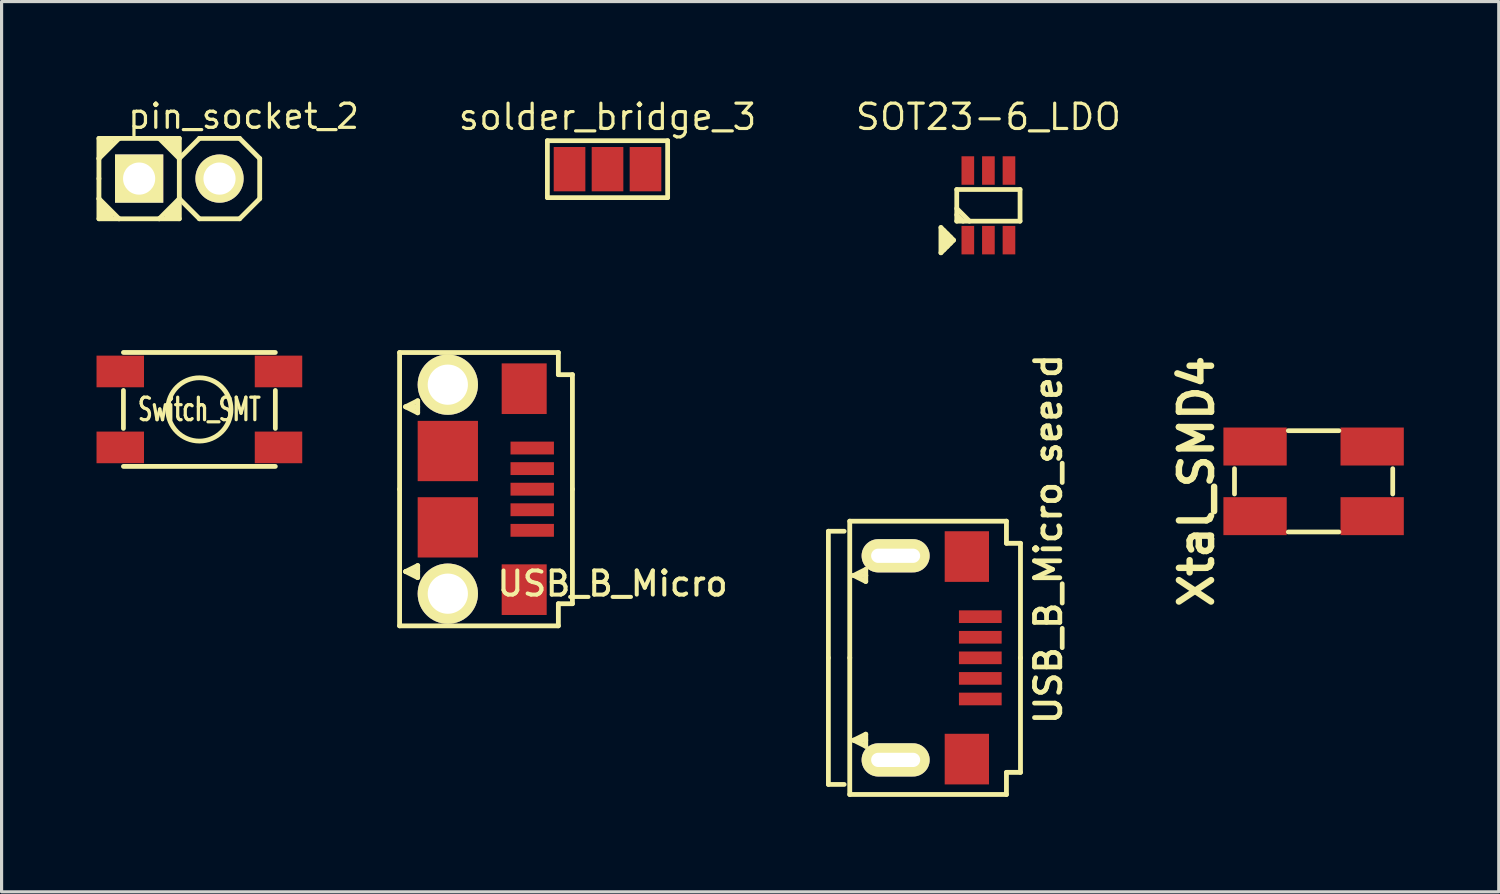
<source format=kicad_pcb>
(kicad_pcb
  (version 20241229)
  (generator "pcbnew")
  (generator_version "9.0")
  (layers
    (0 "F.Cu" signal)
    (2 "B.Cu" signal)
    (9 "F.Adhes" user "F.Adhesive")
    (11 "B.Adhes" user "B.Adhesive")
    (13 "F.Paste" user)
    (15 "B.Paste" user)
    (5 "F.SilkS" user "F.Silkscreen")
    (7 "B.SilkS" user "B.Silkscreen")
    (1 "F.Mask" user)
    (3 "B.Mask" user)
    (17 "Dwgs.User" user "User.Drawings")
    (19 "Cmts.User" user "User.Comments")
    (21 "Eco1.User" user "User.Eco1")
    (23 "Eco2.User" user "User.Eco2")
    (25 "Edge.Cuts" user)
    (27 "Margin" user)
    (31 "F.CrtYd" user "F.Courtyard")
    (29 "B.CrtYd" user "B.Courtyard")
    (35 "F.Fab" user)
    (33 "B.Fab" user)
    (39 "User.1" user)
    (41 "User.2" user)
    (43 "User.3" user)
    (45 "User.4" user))
  (footprint "USB_B_Micro_seeed"
    (layer "F.Cu")
    (at 27.925 17.736)
    (property "Reference" "USB_B_Micro_seeed" (at 2.15 -3.75 90) (layer "F.SilkS") (effects (font (size 0.8 0.8) (thickness 0.15))))
    (attr smd)
    (fp_line (start -4.8 -4) (end -4.3 -4) (stroke (width 0.15) (type solid)) (layer "F.SilkS"))
    (fp_line (start -4.8 0) (end -4.8 -4) (stroke (width 0.15) (type solid)) (layer "F.SilkS"))
    (fp_line (start -4.8 0) (end -4.8 4) (stroke (width 0.15) (type solid)) (layer "F.SilkS"))
    (fp_line (start -4.8 4) (end -4.3 4) (stroke (width 0.15) (type solid)) (layer "F.SilkS"))
    (fp_line (start -4.125 -4.318) (end -4.125 0) (stroke (width 0.152) (type solid)) (layer "F.SilkS"))
    (fp_line (start -4.125 0) (end -4.125 4.318) (stroke (width 0.152) (type solid)) (layer "F.SilkS"))
    (fp_line (start -4.125 4.318) (end 0.826 4.318) (stroke (width 0.152) (type solid)) (layer "F.SilkS"))
    (fp_line (start -4 -2.603) (end -3.619 -2.413) (stroke (width 0.152) (type solid)) (layer "F.SilkS"))
    (fp_line (start -4 2.603) (end -3.619 2.413) (stroke (width 0.152) (type solid)) (layer "F.SilkS"))
    (fp_line (start -3.619 -2.794) (end -4 -2.603) (stroke (width 0.152) (type solid)) (layer "F.SilkS"))
    (fp_line (start -3.619 -2.603) (end -4 -2.603) (stroke (width 0.152) (type solid)) (layer "F.SilkS"))
    (fp_line (start -3.619 -2.603) (end -3.619 -2.794) (stroke (width 0.152) (type solid)) (layer "F.SilkS"))
    (fp_line (start -3.619 -2.413) (end -3.619 -2.603) (stroke (width 0.152) (type solid)) (layer "F.SilkS"))
    (fp_line (start -3.619 2.413) (end -3.619 2.794) (stroke (width 0.152) (type solid)) (layer "F.SilkS"))
    (fp_line (start -3.619 2.603) (end -4 2.603) (stroke (width 0.152) (type solid)) (layer "F.SilkS"))
    (fp_line (start -3.619 2.794) (end -4 2.603) (stroke (width 0.152) (type solid)) (layer "F.SilkS"))
    (fp_line (start 0.826 -4.318) (end -4.125 -4.318) (stroke (width 0.152) (type solid)) (layer "F.SilkS"))
    (fp_line (start 0.826 -3.619) (end 0.826 -4.318) (stroke (width 0.152) (type solid)) (layer "F.SilkS"))
    (fp_line (start 0.826 4.318) (end 0.826 3.619) (stroke (width 0.152) (type solid)) (layer "F.SilkS"))
    (fp_line (start 1.27 -3.619) (end 0.826 -3.619) (stroke (width 0.152) (type solid)) (layer "F.SilkS"))
    (fp_line (start 1.27 0) (end 1.27 -3.619) (stroke (width 0.152) (type solid)) (layer "F.SilkS"))
    (fp_line (start 1.27 0) (end 1.27 3.619) (stroke (width 0.152) (type solid)) (layer "F.SilkS"))
    (fp_line (start 1.27 3.619) (end 0.826 3.619) (stroke (width 0.152) (type solid)) (layer "F.SilkS"))
    (pad "1" smd rect (at 0 -1.3) (size 1.35 0.4) (layers "F.Cu" "F.Mask" "F.Paste"))
    (pad "2" smd rect (at 0 -0.65) (size 1.35 0.4) (layers "F.Cu" "F.Mask" "F.Paste"))
    (pad "3" smd rect (at 0 0) (size 1.35 0.4) (layers "F.Cu" "F.Mask" "F.Paste"))
    (pad "4" smd rect (at 0 0.65) (size 1.35 0.4) (layers "F.Cu" "F.Mask" "F.Paste"))
    (pad "5" smd rect (at 0 1.3) (size 1.35 0.4) (layers "F.Cu" "F.Mask" "F.Paste"))
    (pad "T1" smd rect (at -0.425 -3.2) (size 1.4 1.6) (layers "F.Cu" "F.Mask" "F.Paste"))
    (pad "T2" smd rect (at -0.425 3.2) (size 1.4 1.6) (layers "F.Cu" "F.Mask" "F.Paste"))
    (pad "T5" thru_hole oval (at -2.675 -3.225) (size 2.15 1.05) (drill oval 1.55 0.45) (layers "*.Cu" "*.Paste" "*.Mask" "F.SilkS"))
    (pad "T6" thru_hole oval (at -2.675 3.225) (size 2.15 1.05) (drill oval 1.55 0.45) (layers "*.Cu" "*.Paste" "*.Mask" "F.SilkS")))
  (footprint "Switch_SMT"
    (layer "F.Cu")
    (at 3.25 9.887)
    (property "Reference" "Switch_SMT" (at 0 0 0) (layer "F.SilkS") (effects (font (size 0.711 0.457) (thickness 0.102))))
    (attr smd)
    (fp_line (start -2.4 -0.6) (end -2.4 0.6) (stroke (width 0.15) (type solid)) (layer "F.SilkS"))
    (fp_line (start -2.4 1.8) (end 2.4 1.8) (stroke (width 0.15) (type solid)) (layer "F.SilkS"))
    (fp_line (start 2.4 -1.8) (end -2.4 -1.8) (stroke (width 0.15) (type solid)) (layer "F.SilkS"))
    (fp_line (start 2.4 0.6) (end 2.4 -0.6) (stroke (width 0.15) (type solid)) (layer "F.SilkS"))
    (fp_circle (center 0 0) (end -1 0) (stroke (width 0.15) (type solid)) (fill no) (layer "F.SilkS"))
    (pad "1" smd rect (at -2.5 -1.2) (size 1.5 1) (layers "F.Cu" "F.Mask" "F.Paste"))
    (pad "1" smd rect (at 2.5 -1.2) (size 1.5 1) (layers "F.Cu" "F.Mask" "F.Paste"))
    (pad "2" smd rect (at -2.5 1.2) (size 1.5 1) (layers "F.Cu" "F.Mask" "F.Paste"))
    (pad "2" smd rect (at 2.5 1.2) (size 1.5 1) (layers "F.Cu" "F.Mask" "F.Paste")))
  (footprint "SOT23-6_LDO"
    (layer "F.Cu")
    (at 28.181 3.438)
    (property "Reference" "SOT23-6_LDO" (at 0 -2.794 0) (layer "F.SilkS") (effects (font (size 0.8 0.8) (thickness 0.1))))
    (attr smd)
    (fp_line (start -1.5 0.7) (end -1.1 1.1) (stroke (width 0.15) (type solid)) (layer "F.SilkS"))
    (fp_line (start -1.5 1.5) (end -1.5 0.7) (stroke (width 0.15) (type solid)) (layer "F.SilkS"))
    (fp_line (start -1.4 0.8) (end -1.4 1.4) (stroke (width 0.15) (type solid)) (layer "F.SilkS"))
    (fp_line (start -1.3 0.9) (end -1.3 1.3) (stroke (width 0.15) (type solid)) (layer "F.SilkS"))
    (fp_line (start -1.2 1) (end -1.2 1.2) (stroke (width 0.15) (type solid)) (layer "F.SilkS"))
    (fp_line (start -1.1 1.1) (end -1.5 1.5) (stroke (width 0.15) (type solid)) (layer "F.SilkS"))
    (fp_line (start -1 -0.5) (end -1 0.5) (stroke (width 0.15) (type solid)) (layer "F.SilkS"))
    (fp_line (start -1 0.3) (end -0.8 0.5) (stroke (width 0.15) (type solid)) (layer "F.SilkS"))
    (fp_line (start -1 0.5) (end 1 0.5) (stroke (width 0.15) (type solid)) (layer "F.SilkS"))
    (fp_line (start -0.6 0.5) (end -1 0.1) (stroke (width 0.15) (type solid)) (layer "F.SilkS"))
    (fp_line (start 1 -0.5) (end -1 -0.5) (stroke (width 0.15) (type solid)) (layer "F.SilkS"))
    (fp_line (start 1 0.5) (end 1 -0.5) (stroke (width 0.15) (type solid)) (layer "F.SilkS"))
    (pad "1" smd rect (at -0.65 1.1) (size 0.4 0.9) (layers "F.Cu" "F.Mask" "F.Paste"))
    (pad "2" smd rect (at 0 1.1) (size 0.4 0.9) (layers "F.Cu" "F.Mask" "F.Paste"))
    (pad "3" smd rect (at 0.65 1.1) (size 0.4 0.9) (layers "F.Cu" "F.Mask" "F.Paste"))
    (pad "4" smd rect (at 0.65 -1.1) (size 0.4 0.9) (layers "F.Cu" "F.Mask" "F.Paste"))
    (pad "5" smd rect (at 0 -1.1) (size 0.4 0.9) (layers "F.Cu" "F.Mask" "F.Paste"))
    (pad "6" smd rect (at -0.65 -1.1) (size 0.4 0.9) (layers "F.Cu" "F.Mask" "F.Paste")))
  (footprint "USB_B_Micro"
    (layer "F.Cu")
    (at 13.767 12.407)
    (property "Reference" "USB_B_Micro" (at 2.54 2.985 0) (layer "F.SilkS") (effects (font (size 0.762 0.762) (thickness 0.127))))
    (attr smd)
    (fp_line (start -4.191 -4.318) (end -4.191 0) (stroke (width 0.152) (type solid)) (layer "F.SilkS"))
    (fp_line (start -4.191 0) (end -4.191 4.318) (stroke (width 0.152) (type solid)) (layer "F.SilkS"))
    (fp_line (start -4.191 4.318) (end 0.826 4.318) (stroke (width 0.152) (type solid)) (layer "F.SilkS"))
    (fp_line (start -4 -2.603) (end -3.619 -2.413) (stroke (width 0.152) (type solid)) (layer "F.SilkS"))
    (fp_line (start -4 2.603) (end -3.619 2.413) (stroke (width 0.152) (type solid)) (layer "F.SilkS"))
    (fp_line (start -3.619 -2.794) (end -4 -2.603) (stroke (width 0.152) (type solid)) (layer "F.SilkS"))
    (fp_line (start -3.619 -2.603) (end -4 -2.603) (stroke (width 0.152) (type solid)) (layer "F.SilkS"))
    (fp_line (start -3.619 -2.603) (end -3.619 -2.794) (stroke (width 0.152) (type solid)) (layer "F.SilkS"))
    (fp_line (start -3.619 -2.413) (end -3.619 -2.603) (stroke (width 0.152) (type solid)) (layer "F.SilkS"))
    (fp_line (start -3.619 2.413) (end -3.619 2.794) (stroke (width 0.152) (type solid)) (layer "F.SilkS"))
    (fp_line (start -3.619 2.603) (end -4 2.603) (stroke (width 0.152) (type solid)) (layer "F.SilkS"))
    (fp_line (start -3.619 2.794) (end -4 2.603) (stroke (width 0.152) (type solid)) (layer "F.SilkS"))
    (fp_line (start 0.826 -4.318) (end -4.191 -4.318) (stroke (width 0.152) (type solid)) (layer "F.SilkS"))
    (fp_line (start 0.826 -3.619) (end 0.826 -4.318) (stroke (width 0.152) (type solid)) (layer "F.SilkS"))
    (fp_line (start 0.826 4.318) (end 0.826 3.619) (stroke (width 0.152) (type solid)) (layer "F.SilkS"))
    (fp_line (start 1.27 -3.619) (end 0.826 -3.619) (stroke (width 0.152) (type solid)) (layer "F.SilkS"))
    (fp_line (start 1.27 0) (end 1.27 -3.619) (stroke (width 0.152) (type solid)) (layer "F.SilkS"))
    (fp_line (start 1.27 0) (end 1.27 3.619) (stroke (width 0.152) (type solid)) (layer "F.SilkS"))
    (fp_line (start 1.27 3.619) (end 0.826 3.619) (stroke (width 0.152) (type solid)) (layer "F.SilkS"))
    (pad "1" smd rect (at 0 -1.3) (size 1.372 0.406) (layers "F.Cu" "F.Mask" "F.Paste"))
    (pad "2" smd rect (at 0 -0.65) (size 1.372 0.406) (layers "F.Cu" "F.Mask" "F.Paste"))
    (pad "3" smd rect (at 0 0) (size 1.372 0.406) (layers "F.Cu" "F.Mask" "F.Paste"))
    (pad "4" smd rect (at 0 0.65) (size 1.372 0.406) (layers "F.Cu" "F.Mask" "F.Paste"))
    (pad "5" smd rect (at 0 1.3) (size 1.372 0.406) (layers "F.Cu" "F.Mask" "F.Paste"))
    (pad "T1" smd rect (at -0.254 -3.175) (size 1.422 1.6) (layers "F.Cu" "F.Mask" "F.Paste"))
    (pad "T2" smd rect (at -0.254 3.175) (size 1.422 1.6) (layers "F.Cu" "F.Mask" "F.Paste"))
    (pad "T3" smd rect (at -2.667 -1.206) (size 1.905 1.905) (layers "F.Cu" "F.Mask" "F.Paste"))
    (pad "T4" smd rect (at -2.667 1.206) (size 1.905 1.905) (layers "F.Cu" "F.Mask" "F.Paste"))
    (pad "T5" thru_hole circle (at -2.667 -3.302) (size 1.905 1.905) (drill 1.27) (layers "*.Cu" "*.Paste" "*.Mask" "F.SilkS"))
    (pad "T6" thru_hole circle (at -2.667 3.302) (size 1.905 1.905) (drill 1.27) (layers "*.Cu" "*.Paste" "*.Mask" "F.SilkS")))
  (footprint "Xtal_SMD4"
    (layer "F.Cu")
    (at 38.457 12.159)
    (property "Reference" "Xtal_SMD4" (at -3.7 0 270) (layer "F.SilkS") (effects (font (size 1.016 1.016) (thickness 0.203))))
    (attr smd)
    (fp_line (start -2.5 -0.4) (end -2.5 0.4) (stroke (width 0.15) (type solid)) (layer "F.SilkS"))
    (fp_line (start -0.8 1.6) (end 0.8 1.6) (stroke (width 0.15) (type solid)) (layer "F.SilkS"))
    (fp_line (start 0.8 -1.6) (end -0.8 -1.6) (stroke (width 0.15) (type solid)) (layer "F.SilkS"))
    (fp_line (start 2.5 0.4) (end 2.5 -0.4) (stroke (width 0.15) (type solid)) (layer "F.SilkS"))
    (pad "1" smd rect (at -1.85 1.1) (size 2 1.2) (layers "F.Cu" "F.Mask" "F.Paste"))
    (pad "2" smd rect (at 1.85 -1.1) (size 2 1.2) (layers "F.Cu" "F.Mask" "F.Paste"))
    (pad "3" smd rect (at -1.85 -1.1) (size 2 1.2) (layers "F.Cu" "F.Mask" "F.Paste"))
    (pad "3" smd rect (at 1.85 1.1) (size 2 1.2) (layers "F.Cu" "F.Mask" "F.Paste")))
  (footprint "pin_socket_2"
    (layer "F.Cu")
    (at 2.616 2.593)
    (property "Reference" "pin_socket_2" (at 2.032 -1.968 0) (layer "F.SilkS") (effects (font (size 0.762 0.762) (thickness 0.102))))
    (attr through_hole)
    (fp_line (start -2.54 -1.27) (end -1.905 -1.27) (stroke (width 0.152) (type solid)) (layer "F.SilkS"))
    (fp_line (start -2.54 -0.635) (end -2.54 -1.27) (stroke (width 0.152) (type solid)) (layer "F.SilkS"))
    (fp_line (start -2.54 -0.635) (end -2.54 0) (stroke (width 0.152) (type solid)) (layer "F.SilkS"))
    (fp_line (start -2.54 0) (end -2.54 0.635) (stroke (width 0.152) (type solid)) (layer "F.SilkS"))
    (fp_line (start -2.54 0.635) (end -1.905 1.27) (stroke (width 0.152) (type solid)) (layer "F.SilkS"))
    (fp_line (start -2.54 1.27) (end -2.54 0.635) (stroke (width 0.152) (type solid)) (layer "F.SilkS"))
    (fp_line (start -2.413 -1.206) (end -2.413 -0.826) (stroke (width 0.152) (type solid)) (layer "F.SilkS"))
    (fp_line (start -2.413 1.206) (end -2.413 0.826) (stroke (width 0.152) (type solid)) (layer "F.SilkS"))
    (fp_line (start -2.286 -1.206) (end -2.286 -0.953) (stroke (width 0.152) (type solid)) (layer "F.SilkS"))
    (fp_line (start -2.286 1.206) (end -2.286 0.953) (stroke (width 0.152) (type solid)) (layer "F.SilkS"))
    (fp_line (start -2.159 -1.206) (end -2.159 -1.079) (stroke (width 0.152) (type solid)) (layer "F.SilkS"))
    (fp_line (start -2.159 1.206) (end -2.159 1.079) (stroke (width 0.152) (type solid)) (layer "F.SilkS"))
    (fp_line (start -1.905 -1.27) (end -2.54 -0.635) (stroke (width 0.152) (type solid)) (layer "F.SilkS"))
    (fp_line (start -1.905 1.27) (end -2.54 1.27) (stroke (width 0.152) (type solid)) (layer "F.SilkS"))
    (fp_line (start -1.905 1.27) (end -0.635 1.27) (stroke (width 0.152) (type solid)) (layer "F.SilkS"))
    (fp_line (start -0.635 -1.27) (end -1.905 -1.27) (stroke (width 0.152) (type solid)) (layer "F.SilkS"))
    (fp_line (start -0.635 -1.27) (end 0 -1.27) (stroke (width 0.152) (type solid)) (layer "F.SilkS"))
    (fp_line (start -0.635 1.27) (end 0 0.635) (stroke (width 0.152) (type solid)) (layer "F.SilkS"))
    (fp_line (start -0.381 -1.206) (end -0.381 -1.079) (stroke (width 0.152) (type solid)) (layer "F.SilkS"))
    (fp_line (start -0.381 1.206) (end -0.381 1.079) (stroke (width 0.152) (type solid)) (layer "F.SilkS"))
    (fp_line (start -0.254 -1.206) (end -0.254 -0.953) (stroke (width 0.152) (type solid)) (layer "F.SilkS"))
    (fp_line (start -0.254 1.206) (end -0.254 0.953) (stroke (width 0.152) (type solid)) (layer "F.SilkS"))
    (fp_line (start -0.127 -1.206) (end -0.127 -0.826) (stroke (width 0.152) (type solid)) (layer "F.SilkS"))
    (fp_line (start -0.127 1.206) (end -0.127 0.826) (stroke (width 0.152) (type solid)) (layer "F.SilkS"))
    (fp_line (start 0 -1.27) (end 0 -0.699) (stroke (width 0.152) (type solid)) (layer "F.SilkS"))
    (fp_line (start 0 -0.635) (end -0.635 -1.27) (stroke (width 0.152) (type solid)) (layer "F.SilkS"))
    (fp_line (start 0 -0.635) (end 0 0.635) (stroke (width 0.152) (type solid)) (layer "F.SilkS"))
    (fp_line (start 0 0.635) (end 0 1.27) (stroke (width 0.152) (type solid)) (layer "F.SilkS"))
    (fp_line (start 0 0.635) (end 0.635 1.27) (stroke (width 0.152) (type solid)) (layer "F.SilkS"))
    (fp_line (start 0 1.27) (end -0.635 1.27) (stroke (width 0.152) (type solid)) (layer "F.SilkS"))
    (fp_line (start 0.635 -1.27) (end 0 -0.635) (stroke (width 0.152) (type solid)) (layer "F.SilkS"))
    (fp_line (start 0.635 1.27) (end 1.905 1.27) (stroke (width 0.152) (type solid)) (layer "F.SilkS"))
    (fp_line (start 1.905 -1.27) (end 0.635 -1.27) (stroke (width 0.152) (type solid)) (layer "F.SilkS"))
    (fp_line (start 1.905 1.27) (end 2.54 0.635) (stroke (width 0.152) (type solid)) (layer "F.SilkS"))
    (fp_line (start 2.54 -0.635) (end 1.905 -1.27) (stroke (width 0.152) (type solid)) (layer "F.SilkS"))
    (fp_line (start 2.54 0.635) (end 2.54 -0.635) (stroke (width 0.152) (type solid)) (layer "F.SilkS"))
    (pad "1" thru_hole rect (at -1.27 0) (size 1.524 1.524) (drill 1.016) (layers "*.Cu" "*.Mask" "F.SilkS"))
    (pad "2" thru_hole circle (at 1.27 0) (size 1.524 1.524) (drill 1.016) (layers "*.Cu" "*.Mask" "F.SilkS")))
  (footprint "solder_bridge_3"
    (layer "F.Cu")
    (at 16.146 2.295)
    (property "Reference" "solder_bridge_3" (at 0 -1.651 0) (layer "F.SilkS") (effects (font (size 0.8 0.8) (thickness 0.1))))
    (attr smd)
    (fp_line (start -1.9 -0.9) (end 1.9 -0.9) (stroke (width 0.15) (type solid)) (layer "F.SilkS"))
    (fp_line (start -1.9 0.9) (end -1.9 -0.9) (stroke (width 0.15) (type solid)) (layer "F.SilkS"))
    (fp_line (start 1.9 -0.9) (end 1.9 0.9) (stroke (width 0.15) (type solid)) (layer "F.SilkS"))
    (fp_line (start 1.9 0.9) (end -1.9 0.9) (stroke (width 0.15) (type solid)) (layer "F.SilkS"))
    (pad "1" smd rect (at 1.2 0) (size 1 1.4) (layers "F.Cu" "F.Mask" "F.Paste"))
    (pad "2" smd rect (at 0 0) (size 1 1.4) (layers "F.Cu" "F.Mask" "F.Paste"))
    (pad "3" smd rect (at -1.2 0) (size 1 1.4) (layers "F.Cu" "F.Mask" "F.Paste")))
  (gr_rect
    (start -3 -3)
    (end 44.307 25.13)
    (stroke (width 0.1) (type default))
    (fill no)
    (layer "Edge.Cuts")))
</source>
